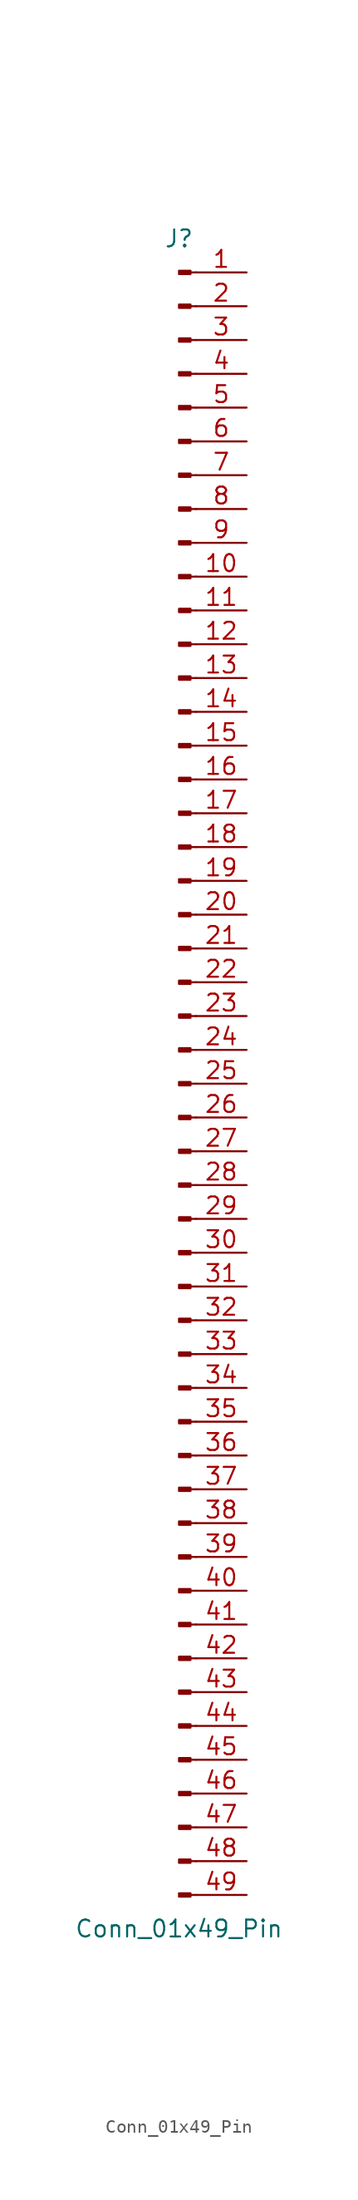
<source format=kicad_sym>
(kicad_symbol_lib
  (version 20241209)
  (generator "kicad_symbol_editor")
  (generator_version "9.0")
  (symbol "Conn_01x49_Pin"
    (pin_names
      (offset 1.016)
      (hide yes))
    (property "Reference" "J"
      (at 0 63.5 0)
      (effects (font (size 1.27 1.27))))
    (property "Value" "Conn_01x49_Pin"
      (at 0 -63.5 0)
      (effects (font (size 1.27 1.27))))
    (property "ki_locked" ""
      (at 0 0 0)
      (effects (font (size 1.27 1.27))))
    (symbol "Conn_01x49_Pin_1_1"
      (rectangle (start 0.864 61.087) (end 0 60.833) (stroke (width 0.152) (type default)) (fill (type outline)))
      (rectangle (start 0.864 58.547) (end 0 58.293) (stroke (width 0.152) (type default)) (fill (type outline)))
      (rectangle (start 0.864 56.007) (end 0 55.753) (stroke (width 0.152) (type default)) (fill (type outline)))
      (rectangle (start 0.864 53.467) (end 0 53.213) (stroke (width 0.152) (type default)) (fill (type outline)))
      (rectangle (start 0.864 50.927) (end 0 50.673) (stroke (width 0.152) (type default)) (fill (type outline)))
      (rectangle (start 0.864 48.387) (end 0 48.133) (stroke (width 0.152) (type default)) (fill (type outline)))
      (rectangle (start 0.864 45.847) (end 0 45.593) (stroke (width 0.152) (type default)) (fill (type outline)))
      (rectangle (start 0.864 43.307) (end 0 43.053) (stroke (width 0.152) (type default)) (fill (type outline)))
      (rectangle (start 0.864 40.767) (end 0 40.513) (stroke (width 0.152) (type default)) (fill (type outline)))
      (rectangle (start 0.864 38.227) (end 0 37.973) (stroke (width 0.152) (type default)) (fill (type outline)))
      (rectangle (start 0.864 35.687) (end 0 35.433) (stroke (width 0.152) (type default)) (fill (type outline)))
      (rectangle (start 0.864 33.147) (end 0 32.893) (stroke (width 0.152) (type default)) (fill (type outline)))
      (rectangle (start 0.864 30.607) (end 0 30.353) (stroke (width 0.152) (type default)) (fill (type outline)))
      (rectangle (start 0.864 28.067) (end 0 27.813) (stroke (width 0.152) (type default)) (fill (type outline)))
      (rectangle (start 0.864 25.527) (end 0 25.273) (stroke (width 0.152) (type default)) (fill (type outline)))
      (rectangle (start 0.864 22.987) (end 0 22.733) (stroke (width 0.152) (type default)) (fill (type outline)))
      (rectangle (start 0.864 20.447) (end 0 20.193) (stroke (width 0.152) (type default)) (fill (type outline)))
      (rectangle (start 0.864 17.907) (end 0 17.653) (stroke (width 0.152) (type default)) (fill (type outline)))
      (rectangle (start 0.864 15.367) (end 0 15.113) (stroke (width 0.152) (type default)) (fill (type outline)))
      (rectangle (start 0.864 12.827) (end 0 12.573) (stroke (width 0.152) (type default)) (fill (type outline)))
      (rectangle (start 0.864 10.287) (end 0 10.033) (stroke (width 0.152) (type default)) (fill (type outline)))
      (rectangle (start 0.864 7.747) (end 0 7.493) (stroke (width 0.152) (type default)) (fill (type outline)))
      (rectangle (start 0.864 5.207) (end 0 4.953) (stroke (width 0.152) (type default)) (fill (type outline)))
      (rectangle (start 0.864 2.667) (end 0 2.413) (stroke (width 0.152) (type default)) (fill (type outline)))
      (rectangle (start 0.864 0.127) (end 0 -0.127) (stroke (width 0.152) (type default)) (fill (type outline)))
      (rectangle (start 0.864 -2.413) (end 0 -2.667) (stroke (width 0.152) (type default)) (fill (type outline)))
      (rectangle (start 0.864 -4.953) (end 0 -5.207) (stroke (width 0.152) (type default)) (fill (type outline)))
      (rectangle (start 0.864 -7.493) (end 0 -7.747) (stroke (width 0.152) (type default)) (fill (type outline)))
      (rectangle (start 0.864 -10.033) (end 0 -10.287) (stroke (width 0.152) (type default)) (fill (type outline)))
      (rectangle (start 0.864 -12.573) (end 0 -12.827) (stroke (width 0.152) (type default)) (fill (type outline)))
      (rectangle (start 0.864 -15.113) (end 0 -15.367) (stroke (width 0.152) (type default)) (fill (type outline)))
      (rectangle (start 0.864 -17.653) (end 0 -17.907) (stroke (width 0.152) (type default)) (fill (type outline)))
      (rectangle (start 0.864 -20.193) (end 0 -20.447) (stroke (width 0.152) (type default)) (fill (type outline)))
      (rectangle (start 0.864 -22.733) (end 0 -22.987) (stroke (width 0.152) (type default)) (fill (type outline)))
      (rectangle (start 0.864 -25.273) (end 0 -25.527) (stroke (width 0.152) (type default)) (fill (type outline)))
      (rectangle (start 0.864 -27.813) (end 0 -28.067) (stroke (width 0.152) (type default)) (fill (type outline)))
      (rectangle (start 0.864 -30.353) (end 0 -30.607) (stroke (width 0.152) (type default)) (fill (type outline)))
      (rectangle (start 0.864 -32.893) (end 0 -33.147) (stroke (width 0.152) (type default)) (fill (type outline)))
      (rectangle (start 0.864 -35.433) (end 0 -35.687) (stroke (width 0.152) (type default)) (fill (type outline)))
      (rectangle (start 0.864 -37.973) (end 0 -38.227) (stroke (width 0.152) (type default)) (fill (type outline)))
      (rectangle (start 0.864 -40.513) (end 0 -40.767) (stroke (width 0.152) (type default)) (fill (type outline)))
      (rectangle (start 0.864 -43.053) (end 0 -43.307) (stroke (width 0.152) (type default)) (fill (type outline)))
      (rectangle (start 0.864 -45.593) (end 0 -45.847) (stroke (width 0.152) (type default)) (fill (type outline)))
      (rectangle (start 0.864 -48.133) (end 0 -48.387) (stroke (width 0.152) (type default)) (fill (type outline)))
      (rectangle (start 0.864 -50.673) (end 0 -50.927) (stroke (width 0.152) (type default)) (fill (type outline)))
      (rectangle (start 0.864 -53.213) (end 0 -53.467) (stroke (width 0.152) (type default)) (fill (type outline)))
      (rectangle (start 0.864 -55.753) (end 0 -56.007) (stroke (width 0.152) (type default)) (fill (type outline)))
      (rectangle (start 0.864 -58.293) (end 0 -58.547) (stroke (width 0.152) (type default)) (fill (type outline)))
      (rectangle (start 0.864 -60.833) (end 0 -61.087) (stroke (width 0.152) (type default)) (fill (type outline)))
      (polyline (pts (xy 1.27 60.96) (xy 0.864 60.96)) (stroke (width 0.152) (type default)) (fill (type none)))
      (polyline (pts (xy 1.27 58.42) (xy 0.864 58.42)) (stroke (width 0.152) (type default)) (fill (type none)))
      (polyline (pts (xy 1.27 55.88) (xy 0.864 55.88)) (stroke (width 0.152) (type default)) (fill (type none)))
      (polyline (pts (xy 1.27 53.34) (xy 0.864 53.34)) (stroke (width 0.152) (type default)) (fill (type none)))
      (polyline (pts (xy 1.27 50.8) (xy 0.864 50.8)) (stroke (width 0.152) (type default)) (fill (type none)))
      (polyline (pts (xy 1.27 48.26) (xy 0.864 48.26)) (stroke (width 0.152) (type default)) (fill (type none)))
      (polyline (pts (xy 1.27 45.72) (xy 0.864 45.72)) (stroke (width 0.152) (type default)) (fill (type none)))
      (polyline (pts (xy 1.27 43.18) (xy 0.864 43.18)) (stroke (width 0.152) (type default)) (fill (type none)))
      (polyline (pts (xy 1.27 40.64) (xy 0.864 40.64)) (stroke (width 0.152) (type default)) (fill (type none)))
      (polyline (pts (xy 1.27 38.1) (xy 0.864 38.1)) (stroke (width 0.152) (type default)) (fill (type none)))
      (polyline (pts (xy 1.27 35.56) (xy 0.864 35.56)) (stroke (width 0.152) (type default)) (fill (type none)))
      (polyline (pts (xy 1.27 33.02) (xy 0.864 33.02)) (stroke (width 0.152) (type default)) (fill (type none)))
      (polyline (pts (xy 1.27 30.48) (xy 0.864 30.48)) (stroke (width 0.152) (type default)) (fill (type none)))
      (polyline (pts (xy 1.27 27.94) (xy 0.864 27.94)) (stroke (width 0.152) (type default)) (fill (type none)))
      (polyline (pts (xy 1.27 25.4) (xy 0.864 25.4)) (stroke (width 0.152) (type default)) (fill (type none)))
      (polyline (pts (xy 1.27 22.86) (xy 0.864 22.86)) (stroke (width 0.152) (type default)) (fill (type none)))
      (polyline (pts (xy 1.27 20.32) (xy 0.864 20.32)) (stroke (width 0.152) (type default)) (fill (type none)))
      (polyline (pts (xy 1.27 17.78) (xy 0.864 17.78)) (stroke (width 0.152) (type default)) (fill (type none)))
      (polyline (pts (xy 1.27 15.24) (xy 0.864 15.24)) (stroke (width 0.152) (type default)) (fill (type none)))
      (polyline (pts (xy 1.27 12.7) (xy 0.864 12.7)) (stroke (width 0.152) (type default)) (fill (type none)))
      (polyline (pts (xy 1.27 10.16) (xy 0.864 10.16)) (stroke (width 0.152) (type default)) (fill (type none)))
      (polyline (pts (xy 1.27 7.62) (xy 0.864 7.62)) (stroke (width 0.152) (type default)) (fill (type none)))
      (polyline (pts (xy 1.27 5.08) (xy 0.864 5.08)) (stroke (width 0.152) (type default)) (fill (type none)))
      (polyline (pts (xy 1.27 2.54) (xy 0.864 2.54)) (stroke (width 0.152) (type default)) (fill (type none)))
      (polyline (pts (xy 1.27 0) (xy 0.864 0)) (stroke (width 0.152) (type default)) (fill (type none)))
      (polyline (pts (xy 1.27 -2.54) (xy 0.864 -2.54)) (stroke (width 0.152) (type default)) (fill (type none)))
      (polyline (pts (xy 1.27 -5.08) (xy 0.864 -5.08)) (stroke (width 0.152) (type default)) (fill (type none)))
      (polyline (pts (xy 1.27 -7.62) (xy 0.864 -7.62)) (stroke (width 0.152) (type default)) (fill (type none)))
      (polyline (pts (xy 1.27 -10.16) (xy 0.864 -10.16)) (stroke (width 0.152) (type default)) (fill (type none)))
      (polyline (pts (xy 1.27 -12.7) (xy 0.864 -12.7)) (stroke (width 0.152) (type default)) (fill (type none)))
      (polyline (pts (xy 1.27 -15.24) (xy 0.864 -15.24)) (stroke (width 0.152) (type default)) (fill (type none)))
      (polyline (pts (xy 1.27 -17.78) (xy 0.864 -17.78)) (stroke (width 0.152) (type default)) (fill (type none)))
      (polyline (pts (xy 1.27 -20.32) (xy 0.864 -20.32)) (stroke (width 0.152) (type default)) (fill (type none)))
      (polyline (pts (xy 1.27 -22.86) (xy 0.864 -22.86)) (stroke (width 0.152) (type default)) (fill (type none)))
      (polyline (pts (xy 1.27 -25.4) (xy 0.864 -25.4)) (stroke (width 0.152) (type default)) (fill (type none)))
      (polyline (pts (xy 1.27 -27.94) (xy 0.864 -27.94)) (stroke (width 0.152) (type default)) (fill (type none)))
      (polyline (pts (xy 1.27 -30.48) (xy 0.864 -30.48)) (stroke (width 0.152) (type default)) (fill (type none)))
      (polyline (pts (xy 1.27 -33.02) (xy 0.864 -33.02)) (stroke (width 0.152) (type default)) (fill (type none)))
      (polyline (pts (xy 1.27 -35.56) (xy 0.864 -35.56)) (stroke (width 0.152) (type default)) (fill (type none)))
      (polyline (pts (xy 1.27 -38.1) (xy 0.864 -38.1)) (stroke (width 0.152) (type default)) (fill (type none)))
      (polyline (pts (xy 1.27 -40.64) (xy 0.864 -40.64)) (stroke (width 0.152) (type default)) (fill (type none)))
      (polyline (pts (xy 1.27 -43.18) (xy 0.864 -43.18)) (stroke (width 0.152) (type default)) (fill (type none)))
      (polyline (pts (xy 1.27 -45.72) (xy 0.864 -45.72)) (stroke (width 0.152) (type default)) (fill (type none)))
      (polyline (pts (xy 1.27 -48.26) (xy 0.864 -48.26)) (stroke (width 0.152) (type default)) (fill (type none)))
      (polyline (pts (xy 1.27 -50.8) (xy 0.864 -50.8)) (stroke (width 0.152) (type default)) (fill (type none)))
      (polyline (pts (xy 1.27 -53.34) (xy 0.864 -53.34)) (stroke (width 0.152) (type default)) (fill (type none)))
      (polyline (pts (xy 1.27 -55.88) (xy 0.864 -55.88)) (stroke (width 0.152) (type default)) (fill (type none)))
      (polyline (pts (xy 1.27 -58.42) (xy 0.864 -58.42)) (stroke (width 0.152) (type default)) (fill (type none)))
      (polyline (pts (xy 1.27 -60.96) (xy 0.864 -60.96)) (stroke (width 0.152) (type default)) (fill (type none)))
      (pin passive line (at 5.08 60.96 180) (length 3.81) (name "Pin_1" (effects (font (size 1.27 1.27)))) (number "1" (effects (font (size 1.27 1.27)))))
      (pin passive line (at 5.08 58.42 180) (length 3.81) (name "Pin_2" (effects (font (size 1.27 1.27)))) (number "2" (effects (font (size 1.27 1.27)))))
      (pin passive line (at 5.08 55.88 180) (length 3.81) (name "Pin_3" (effects (font (size 1.27 1.27)))) (number "3" (effects (font (size 1.27 1.27)))))
      (pin passive line (at 5.08 53.34 180) (length 3.81) (name "Pin_4" (effects (font (size 1.27 1.27)))) (number "4" (effects (font (size 1.27 1.27)))))
      (pin passive line (at 5.08 50.8 180) (length 3.81) (name "Pin_5" (effects (font (size 1.27 1.27)))) (number "5" (effects (font (size 1.27 1.27)))))
      (pin passive line (at 5.08 48.26 180) (length 3.81) (name "Pin_6" (effects (font (size 1.27 1.27)))) (number "6" (effects (font (size 1.27 1.27)))))
      (pin passive line (at 5.08 45.72 180) (length 3.81) (name "Pin_7" (effects (font (size 1.27 1.27)))) (number "7" (effects (font (size 1.27 1.27)))))
      (pin passive line (at 5.08 43.18 180) (length 3.81) (name "Pin_8" (effects (font (size 1.27 1.27)))) (number "8" (effects (font (size 1.27 1.27)))))
      (pin passive line (at 5.08 40.64 180) (length 3.81) (name "Pin_9" (effects (font (size 1.27 1.27)))) (number "9" (effects (font (size 1.27 1.27)))))
      (pin passive line (at 5.08 38.1 180) (length 3.81) (name "Pin_10" (effects (font (size 1.27 1.27)))) (number "10" (effects (font (size 1.27 1.27)))))
      (pin passive line (at 5.08 35.56 180) (length 3.81) (name "Pin_11" (effects (font (size 1.27 1.27)))) (number "11" (effects (font (size 1.27 1.27)))))
      (pin passive line (at 5.08 33.02 180) (length 3.81) (name "Pin_12" (effects (font (size 1.27 1.27)))) (number "12" (effects (font (size 1.27 1.27)))))
      (pin passive line (at 5.08 30.48 180) (length 3.81) (name "Pin_13" (effects (font (size 1.27 1.27)))) (number "13" (effects (font (size 1.27 1.27)))))
      (pin passive line (at 5.08 27.94 180) (length 3.81) (name "Pin_14" (effects (font (size 1.27 1.27)))) (number "14" (effects (font (size 1.27 1.27)))))
      (pin passive line (at 5.08 25.4 180) (length 3.81) (name "Pin_15" (effects (font (size 1.27 1.27)))) (number "15" (effects (font (size 1.27 1.27)))))
      (pin passive line (at 5.08 22.86 180) (length 3.81) (name "Pin_16" (effects (font (size 1.27 1.27)))) (number "16" (effects (font (size 1.27 1.27)))))
      (pin passive line (at 5.08 20.32 180) (length 3.81) (name "Pin_17" (effects (font (size 1.27 1.27)))) (number "17" (effects (font (size 1.27 1.27)))))
      (pin passive line (at 5.08 17.78 180) (length 3.81) (name "Pin_18" (effects (font (size 1.27 1.27)))) (number "18" (effects (font (size 1.27 1.27)))))
      (pin passive line (at 5.08 15.24 180) (length 3.81) (name "Pin_19" (effects (font (size 1.27 1.27)))) (number "19" (effects (font (size 1.27 1.27)))))
      (pin passive line (at 5.08 12.7 180) (length 3.81) (name "Pin_20" (effects (font (size 1.27 1.27)))) (number "20" (effects (font (size 1.27 1.27)))))
      (pin passive line (at 5.08 10.16 180) (length 3.81) (name "Pin_21" (effects (font (size 1.27 1.27)))) (number "21" (effects (font (size 1.27 1.27)))))
      (pin passive line (at 5.08 7.62 180) (length 3.81) (name "Pin_22" (effects (font (size 1.27 1.27)))) (number "22" (effects (font (size 1.27 1.27)))))
      (pin passive line (at 5.08 5.08 180) (length 3.81) (name "Pin_23" (effects (font (size 1.27 1.27)))) (number "23" (effects (font (size 1.27 1.27)))))
      (pin passive line (at 5.08 2.54 180) (length 3.81) (name "Pin_24" (effects (font (size 1.27 1.27)))) (number "24" (effects (font (size 1.27 1.27)))))
      (pin passive line (at 5.08 0 180) (length 3.81) (name "Pin_25" (effects (font (size 1.27 1.27)))) (number "25" (effects (font (size 1.27 1.27)))))
      (pin passive line (at 5.08 -2.54 180) (length 3.81) (name "Pin_26" (effects (font (size 1.27 1.27)))) (number "26" (effects (font (size 1.27 1.27)))))
      (pin passive line (at 5.08 -5.08 180) (length 3.81) (name "Pin_27" (effects (font (size 1.27 1.27)))) (number "27" (effects (font (size 1.27 1.27)))))
      (pin passive line (at 5.08 -7.62 180) (length 3.81) (name "Pin_28" (effects (font (size 1.27 1.27)))) (number "28" (effects (font (size 1.27 1.27)))))
      (pin passive line (at 5.08 -10.16 180) (length 3.81) (name "Pin_29" (effects (font (size 1.27 1.27)))) (number "29" (effects (font (size 1.27 1.27)))))
      (pin passive line (at 5.08 -12.7 180) (length 3.81) (name "Pin_30" (effects (font (size 1.27 1.27)))) (number "30" (effects (font (size 1.27 1.27)))))
      (pin passive line (at 5.08 -15.24 180) (length 3.81) (name "Pin_31" (effects (font (size 1.27 1.27)))) (number "31" (effects (font (size 1.27 1.27)))))
      (pin passive line (at 5.08 -17.78 180) (length 3.81) (name "Pin_32" (effects (font (size 1.27 1.27)))) (number "32" (effects (font (size 1.27 1.27)))))
      (pin passive line (at 5.08 -20.32 180) (length 3.81) (name "Pin_33" (effects (font (size 1.27 1.27)))) (number "33" (effects (font (size 1.27 1.27)))))
      (pin passive line (at 5.08 -22.86 180) (length 3.81) (name "Pin_34" (effects (font (size 1.27 1.27)))) (number "34" (effects (font (size 1.27 1.27)))))
      (pin passive line (at 5.08 -25.4 180) (length 3.81) (name "Pin_35" (effects (font (size 1.27 1.27)))) (number "35" (effects (font (size 1.27 1.27)))))
      (pin passive line (at 5.08 -27.94 180) (length 3.81) (name "Pin_36" (effects (font (size 1.27 1.27)))) (number "36" (effects (font (size 1.27 1.27)))))
      (pin passive line (at 5.08 -30.48 180) (length 3.81) (name "Pin_37" (effects (font (size 1.27 1.27)))) (number "37" (effects (font (size 1.27 1.27)))))
      (pin passive line (at 5.08 -33.02 180) (length 3.81) (name "Pin_38" (effects (font (size 1.27 1.27)))) (number "38" (effects (font (size 1.27 1.27)))))
      (pin passive line (at 5.08 -35.56 180) (length 3.81) (name "Pin_39" (effects (font (size 1.27 1.27)))) (number "39" (effects (font (size 1.27 1.27)))))
      (pin passive line (at 5.08 -38.1 180) (length 3.81) (name "Pin_40" (effects (font (size 1.27 1.27)))) (number "40" (effects (font (size 1.27 1.27)))))
      (pin passive line (at 5.08 -40.64 180) (length 3.81) (name "Pin_41" (effects (font (size 1.27 1.27)))) (number "41" (effects (font (size 1.27 1.27)))))
      (pin passive line (at 5.08 -43.18 180) (length 3.81) (name "Pin_42" (effects (font (size 1.27 1.27)))) (number "42" (effects (font (size 1.27 1.27)))))
      (pin passive line (at 5.08 -45.72 180) (length 3.81) (name "Pin_43" (effects (font (size 1.27 1.27)))) (number "43" (effects (font (size 1.27 1.27)))))
      (pin passive line (at 5.08 -48.26 180) (length 3.81) (name "Pin_44" (effects (font (size 1.27 1.27)))) (number "44" (effects (font (size 1.27 1.27)))))
      (pin passive line (at 5.08 -50.8 180) (length 3.81) (name "Pin_45" (effects (font (size 1.27 1.27)))) (number "45" (effects (font (size 1.27 1.27)))))
      (pin passive line (at 5.08 -53.34 180) (length 3.81) (name "Pin_46" (effects (font (size 1.27 1.27)))) (number "46" (effects (font (size 1.27 1.27)))))
      (pin passive line (at 5.08 -55.88 180) (length 3.81) (name "Pin_47" (effects (font (size 1.27 1.27)))) (number "47" (effects (font (size 1.27 1.27)))))
      (pin passive line (at 5.08 -58.42 180) (length 3.81) (name "Pin_48" (effects (font (size 1.27 1.27)))) (number "48" (effects (font (size 1.27 1.27)))))
      (pin passive line (at 5.08 -60.96 180) (length 3.81) (name "Pin_49" (effects (font (size 1.27 1.27)))) (number "49" (effects (font (size 1.27 1.27))))))))
</source>
